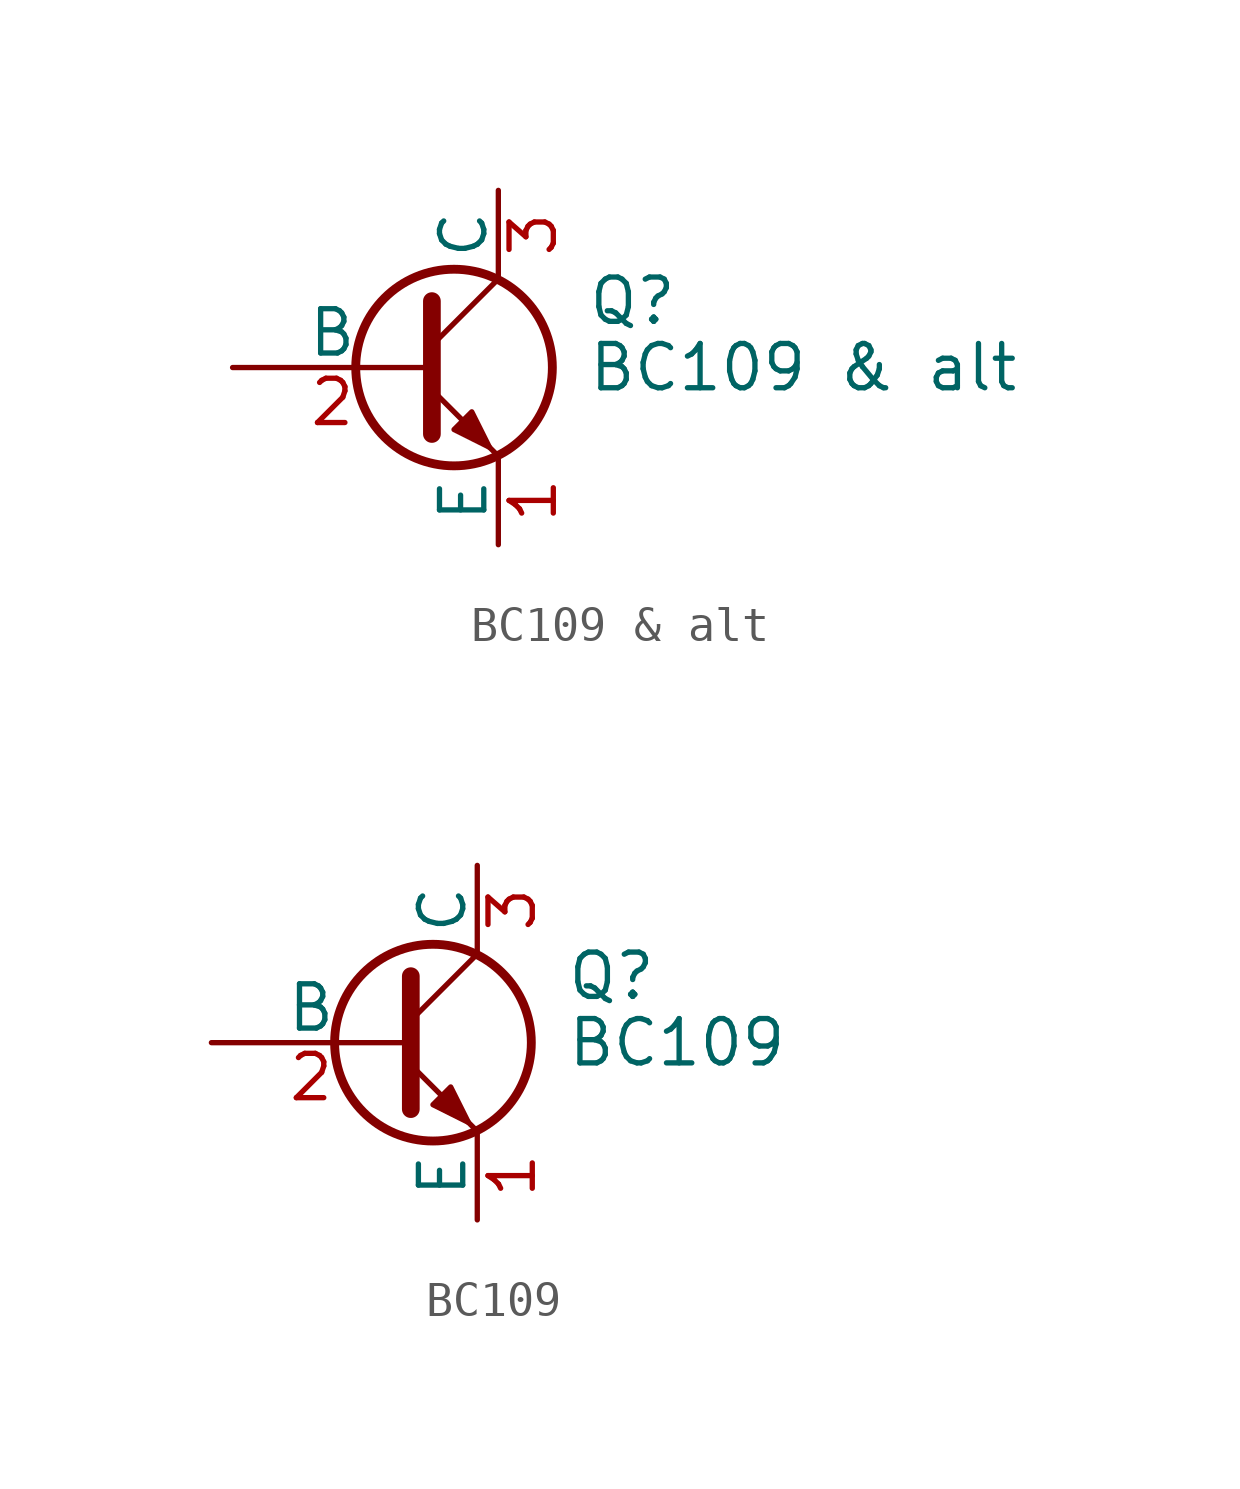
<source format=kicad_sym>
(kicad_symbol_lib
  (version 20220914)
  (generator kicad_symbol_editor)
  (symbol "BC109 & alt"
    (pin_names
      (offset 0))
    (property "Reference" "Q"
      (at 5.08 1.905 0)
      (effects (font (size 1.27 1.27)) (justify left)))
    (property "Value" "BC109 & alt"
      (at 5.08 0 0)
      (effects (font (size 1.27 1.27)) (justify left)))
    (symbol "BC109 & alt_0_1"
      (polyline (pts (xy 0.635 0.635) (xy 2.54 2.54)) (stroke (width 0) (type default)) (fill (type none)))
      (polyline (pts (xy 0.635 -0.635) (xy 2.54 -2.54) (xy 2.54 -2.54)) (stroke (width 0) (type default)) (fill (type none)))
      (polyline (pts (xy 0.635 1.905) (xy 0.635 -1.905) (xy 0.635 -1.905)) (stroke (width 0.508) (type default)) (fill (type none)))
      (polyline (pts (xy 1.27 -1.778) (xy 1.778 -1.27) (xy 2.286 -2.286) (xy 1.27 -1.778) (xy 1.27 -1.778)) (stroke (width 0) (type default)) (fill (type outline)))
      (circle (center 1.27 0) (radius 2.819) (stroke (width 0.254) (type default)) (fill (type none))))
    (symbol "BC109 & alt_1_1"
      (pin passive line (at 2.54 -5.08 90) (length 2.54) (name "E" (effects (font (size 1.27 1.27)))) (number "1" (effects (font (size 1.27 1.27)))))
      (pin input line (at -5.08 0 0) (length 5.715) (name "B" (effects (font (size 1.27 1.27)))) (number "2" (effects (font (size 1.27 1.27)))))
      (pin passive line (at 2.54 5.08 270) (length 2.54) (name "C" (effects (font (size 1.27 1.27)))) (number "3" (effects (font (size 1.27 1.27)))))))
  (symbol "BC109"
    (pin_names
      (offset 0))
    (property "Reference" "Q"
      (at 5.08 1.905 0)
      (effects (font (size 1.27 1.27)) (justify left)))
    (property "Value" "BC109"
      (at 5.08 0 0)
      (effects (font (size 1.27 1.27)) (justify left)))
    (symbol "BC109_0_1"
      (polyline (pts (xy 0.635 0.635) (xy 2.54 2.54)) (stroke (width 0) (type default)) (fill (type none)))
      (polyline (pts (xy 0.635 -0.635) (xy 2.54 -2.54) (xy 2.54 -2.54)) (stroke (width 0) (type default)) (fill (type none)))
      (polyline (pts (xy 0.635 1.905) (xy 0.635 -1.905) (xy 0.635 -1.905)) (stroke (width 0.508) (type default)) (fill (type none)))
      (polyline (pts (xy 1.27 -1.778) (xy 1.778 -1.27) (xy 2.286 -2.286) (xy 1.27 -1.778) (xy 1.27 -1.778)) (stroke (width 0) (type default)) (fill (type outline)))
      (circle (center 1.27 0) (radius 2.819) (stroke (width 0.254) (type default)) (fill (type none))))
    (symbol "BC109_1_1"
      (pin passive line (at 2.54 -5.08 90) (length 2.54) (name "E" (effects (font (size 1.27 1.27)))) (number "1" (effects (font (size 1.27 1.27)))))
      (pin input line (at -5.08 0 0) (length 5.715) (name "B" (effects (font (size 1.27 1.27)))) (number "2" (effects (font (size 1.27 1.27)))))
      (pin passive line (at 2.54 5.08 270) (length 2.54) (name "C" (effects (font (size 1.27 1.27)))) (number "3" (effects (font (size 1.27 1.27))))))))
</source>
